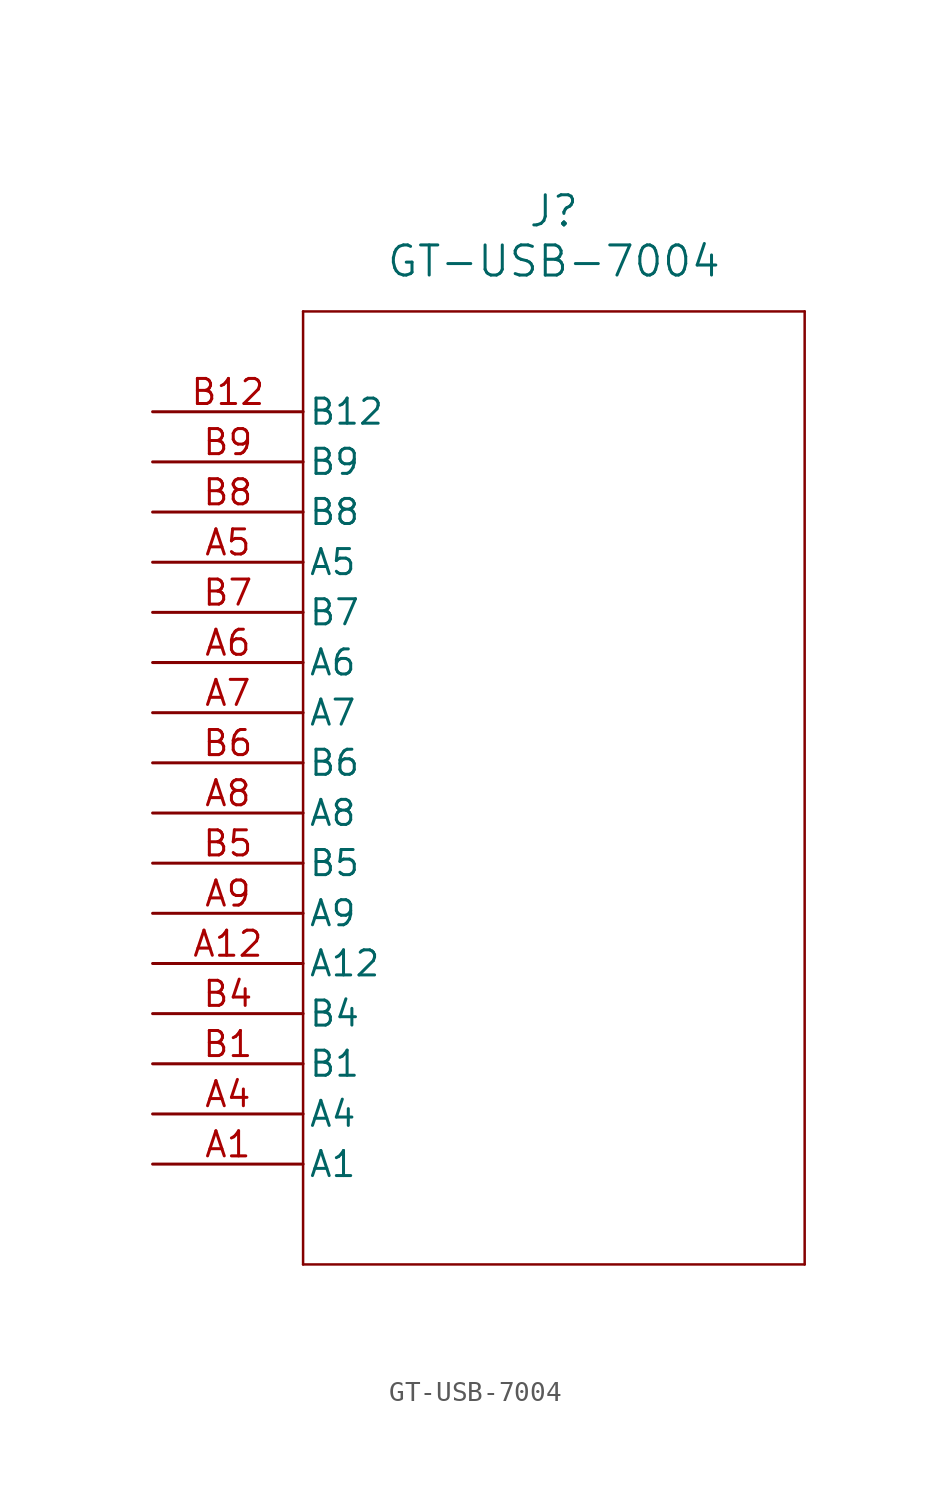
<source format=kicad_sym>
(kicad_symbol_lib
  (version 20211014)
  (generator kicad_symbol_editor)
  (symbol "GT-USB-7004"
    (pin_names
      (offset 0.254))
    (property "Reference" "J"
      (at 20.32 10.16 0)
      (effects (font (size 1.524 1.524))))
    (property "Value" "GT-USB-7004"
      (at 20.32 7.62 0)
      (effects (font (size 1.524 1.524))))
    (symbol "GT-USB-7004_0_1"
      (polyline (pts (xy 7.62 5.08) (xy 7.62 -43.18)) (stroke (width 0.127) (type default) (color 0 0 0 0)) (fill (type none)))
      (polyline (pts (xy 7.62 -43.18) (xy 33.02 -43.18)) (stroke (width 0.127) (type default) (color 0 0 0 0)) (fill (type none)))
      (polyline (pts (xy 33.02 -43.18) (xy 33.02 5.08)) (stroke (width 0.127) (type default) (color 0 0 0 0)) (fill (type none)))
      (polyline (pts (xy 33.02 5.08) (xy 7.62 5.08)) (stroke (width 0.127) (type default) (color 0 0 0 0)) (fill (type none)))
      (pin unspecified line (at 0 0 0) (length 7.62) (name "B12" (effects (font (size 1.27 1.27)))) (number "B12" (effects (font (size 1.27 1.27)))))
      (pin bidirectional line (at 0 -2.54 0) (length 7.62) (name "B9" (effects (font (size 1.27 1.27)))) (number "B9" (effects (font (size 1.27 1.27)))))
      (pin bidirectional line (at 0 -5.08 0) (length 7.62) (name "B8" (effects (font (size 1.27 1.27)))) (number "B8" (effects (font (size 1.27 1.27)))))
      (pin bidirectional line (at 0 -7.62 0) (length 7.62) (name "A5" (effects (font (size 1.27 1.27)))) (number "A5" (effects (font (size 1.27 1.27)))))
      (pin bidirectional line (at 0 -10.16 0) (length 7.62) (name "B7" (effects (font (size 1.27 1.27)))) (number "B7" (effects (font (size 1.27 1.27)))))
      (pin bidirectional line (at 0 -12.7 0) (length 7.62) (name "A6" (effects (font (size 1.27 1.27)))) (number "A6" (effects (font (size 1.27 1.27)))))
      (pin bidirectional line (at 0 -15.24 0) (length 7.62) (name "A7" (effects (font (size 1.27 1.27)))) (number "A7" (effects (font (size 1.27 1.27)))))
      (pin bidirectional line (at 0 -17.78 0) (length 7.62) (name "B6" (effects (font (size 1.27 1.27)))) (number "B6" (effects (font (size 1.27 1.27)))))
      (pin bidirectional line (at 0 -20.32 0) (length 7.62) (name "A8" (effects (font (size 1.27 1.27)))) (number "A8" (effects (font (size 1.27 1.27)))))
      (pin bidirectional line (at 0 -22.86 0) (length 7.62) (name "B5" (effects (font (size 1.27 1.27)))) (number "B5" (effects (font (size 1.27 1.27)))))
      (pin bidirectional line (at 0 -25.4 0) (length 7.62) (name "A9" (effects (font (size 1.27 1.27)))) (number "A9" (effects (font (size 1.27 1.27)))))
      (pin bidirectional line (at 0 -27.94 0) (length 7.62) (name "A12" (effects (font (size 1.27 1.27)))) (number "A12" (effects (font (size 1.27 1.27)))))
      (pin bidirectional line (at 0 -30.48 0) (length 7.62) (name "B4" (effects (font (size 1.27 1.27)))) (number "B4" (effects (font (size 1.27 1.27)))))
      (pin bidirectional line (at 0 -33.02 0) (length 7.62) (name "B1" (effects (font (size 1.27 1.27)))) (number "B1" (effects (font (size 1.27 1.27)))))
      (pin bidirectional line (at 0 -35.56 0) (length 7.62) (name "A4" (effects (font (size 1.27 1.27)))) (number "A4" (effects (font (size 1.27 1.27)))))
      (pin bidirectional line (at 0 -38.1 0) (length 7.62) (name "A1" (effects (font (size 1.27 1.27)))) (number "A1" (effects (font (size 1.27 1.27))))))))
</source>
